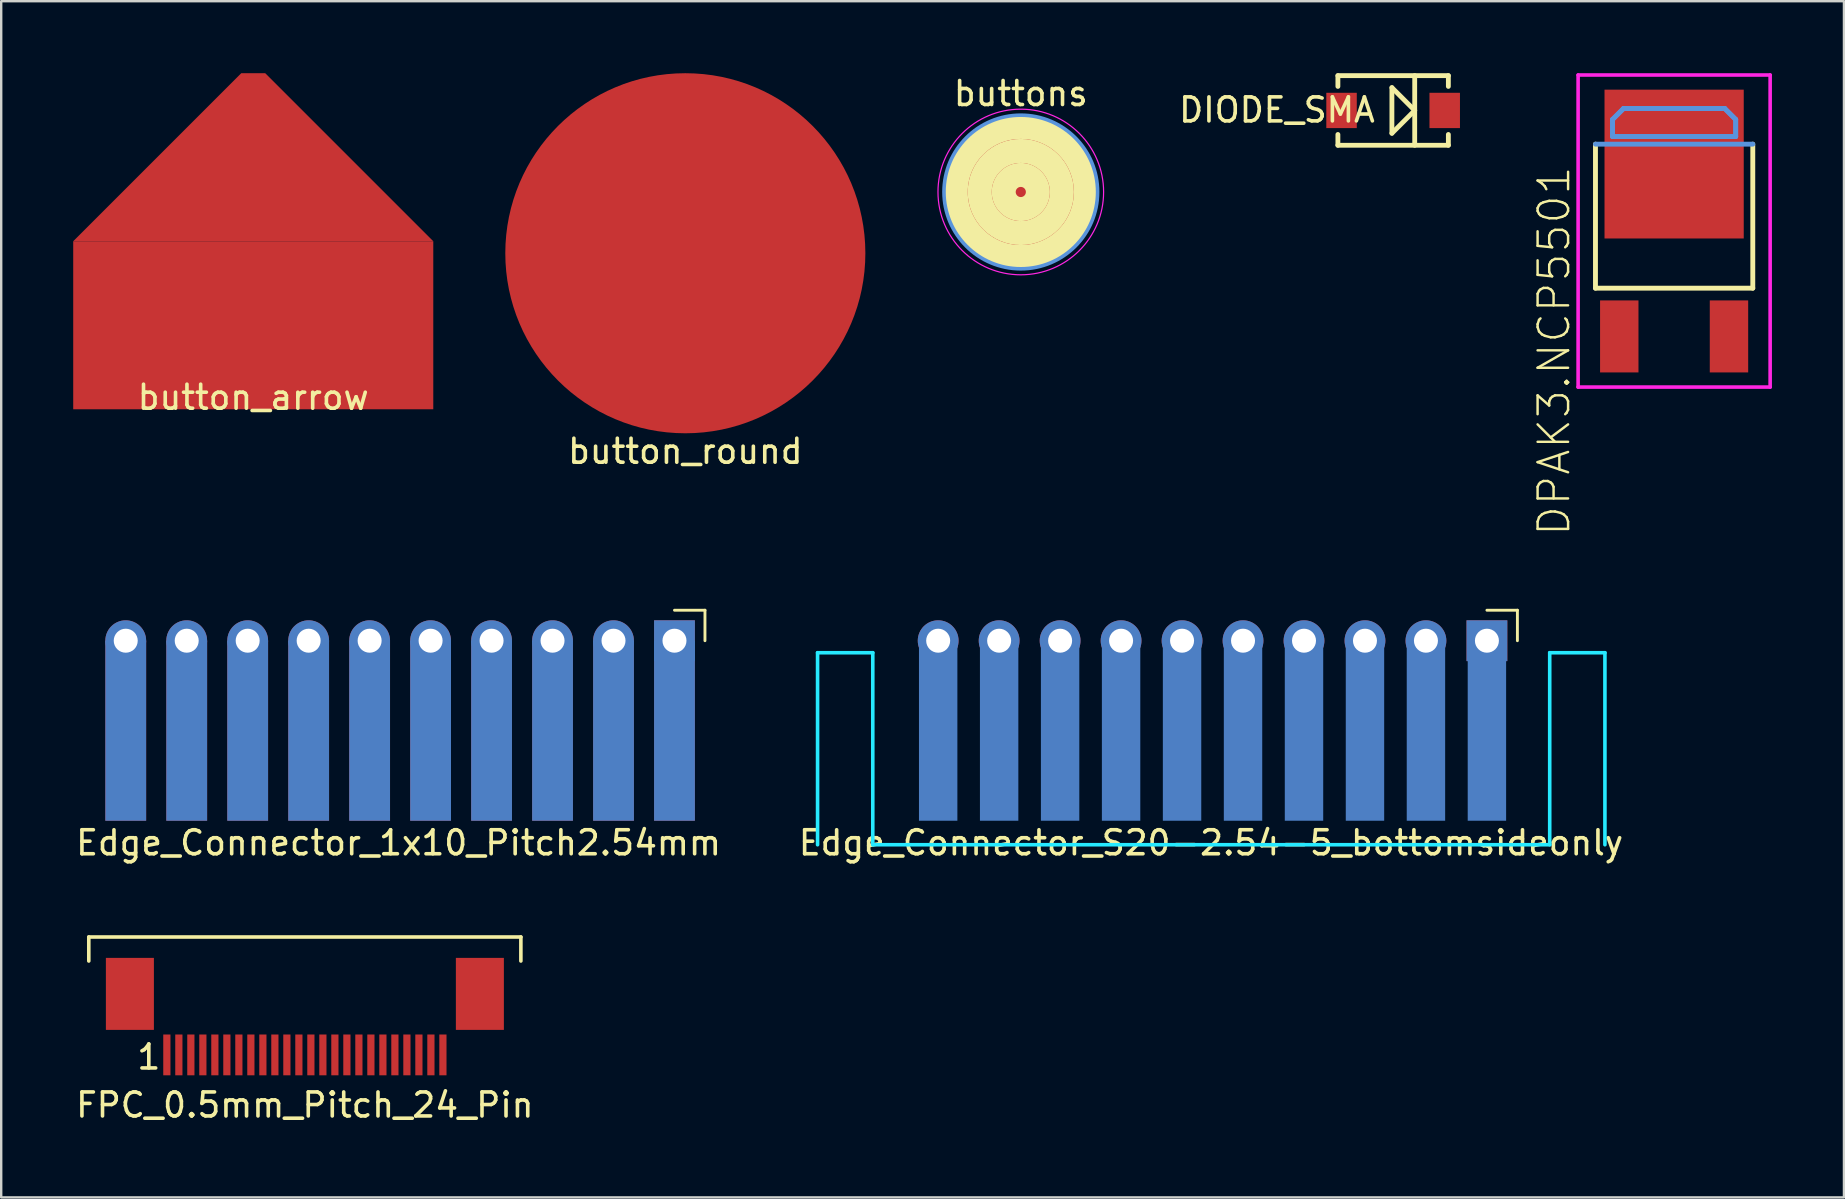
<source format=kicad_pcb>
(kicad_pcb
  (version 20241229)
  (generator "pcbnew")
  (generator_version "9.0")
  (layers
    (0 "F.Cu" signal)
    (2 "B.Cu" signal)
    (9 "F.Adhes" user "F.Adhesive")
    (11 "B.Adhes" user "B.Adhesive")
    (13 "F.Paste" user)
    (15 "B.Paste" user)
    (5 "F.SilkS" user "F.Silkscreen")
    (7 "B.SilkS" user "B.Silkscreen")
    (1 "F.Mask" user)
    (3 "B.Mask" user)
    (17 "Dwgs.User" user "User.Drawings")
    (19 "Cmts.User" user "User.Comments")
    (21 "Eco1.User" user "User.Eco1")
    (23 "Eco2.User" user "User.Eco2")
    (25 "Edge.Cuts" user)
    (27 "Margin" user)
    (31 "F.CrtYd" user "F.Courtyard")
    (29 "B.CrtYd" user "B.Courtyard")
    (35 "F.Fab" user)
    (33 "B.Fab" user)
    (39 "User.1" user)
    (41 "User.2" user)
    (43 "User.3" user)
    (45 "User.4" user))
  (footprint "button_round"
    (layer "F.Cu")
    (at 25.5 7.5)
    (property "Reference" "button_round" (at 0 8.25 0) (layer "F.SilkS") (effects (font (size 1 1) (thickness 0.15))))
    (attr through_hole)
    (pad "1" smd circle (at 0 0) (size 15 15) (layers "F.Cu" "F.Mask" "F.Paste")))
  (footprint "button_arrow"
    (layer "F.Cu")
    (at 7.5 7)
    (property "Reference" "button_arrow" (at 0 6.5 0) (layer "F.SilkS") (effects (font (size 1 1) (thickness 0.15))))
    (attr through_hole)
    (pad "1" smd trapezoid (at 0 -3.5) (size 8 7) (rect_delta 0 7) (layers "F.Cu" "F.Mask" "F.Paste"))
    (pad "1" smd rect (at 0 3.5) (size 15 7) (layers "F.Cu" "F.Mask" "F.Paste")))
  (footprint "DIODE_SMA"
    (layer "F.Cu")
    (at 54.986 1.551)
    (property "Reference" "DIODE_SMA" (at -4.84 -0.02 0) (layer "F.SilkS") (effects (font (size 1 1) (thickness 0.15))))
    (attr smd)
    (fp_line (start -2.301 -1.45) (end -2.301 -1.001) (stroke (width 0.201) (type solid)) (layer "F.SilkS"))
    (fp_line (start -2.301 -1.45) (end 2.301 -1.45) (stroke (width 0.201) (type solid)) (layer "F.SilkS"))
    (fp_line (start -2.301 1.45) (end -2.301 1.001) (stroke (width 0.201) (type solid)) (layer "F.SilkS"))
    (fp_line (start -2.301 1.45) (end 2.301 1.45) (stroke (width 0.201) (type solid)) (layer "F.SilkS"))
    (fp_line (start -0.051 0.95) (end -0.051 -0.95) (stroke (width 0.201) (type solid)) (layer "F.SilkS"))
    (fp_line (start 0.899 -1.45) (end 0.899 1.45) (stroke (width 0.201) (type solid)) (layer "F.SilkS"))
    (fp_line (start 0.899 0) (end -0.051 -0.95) (stroke (width 0.201) (type solid)) (layer "F.SilkS"))
    (fp_line (start 0.899 0) (end -0.051 0.95) (stroke (width 0.201) (type solid)) (layer "F.SilkS"))
    (fp_line (start 2.301 -1.45) (end 2.301 -1.001) (stroke (width 0.201) (type solid)) (layer "F.SilkS"))
    (fp_line (start 2.301 1.45) (end 2.301 1.001) (stroke (width 0.201) (type solid)) (layer "F.SilkS"))
    (pad "A" smd rect (at -2.149 0) (size 1.27 1.471) (layers "F.Cu" "F.Mask" "F.Paste"))
    (pad "K" smd rect (at 2.149 0) (size 1.27 1.471) (layers "F.Cu" "F.Mask" "F.Paste")))
  (footprint "FPC_0.5mm_Pitch_24_Pin"
    (layer "F.Cu")
    (at 9.649 40.484)
    (property "Reference" "FPC_0.5mm_Pitch_24_Pin" (at 0 2.5 180) (layer "F.SilkS") (effects (font (size 1 1) (thickness 0.15))))
    (attr through_hole)
    (fp_line (start -9 -4.5) (end 9 -4.5) (stroke (width 0.15) (type solid)) (layer "F.SilkS"))
    (fp_line (start -9 -3.5) (end -9 -4.5) (stroke (width 0.15) (type solid)) (layer "F.SilkS"))
    (fp_line (start 9 -4.5) (end 9 -3.5) (stroke (width 0.15) (type solid)) (layer "F.SilkS"))
    (fp_text user "1" (at -6.5 0.5 0) (layer "F.SilkS") (effects (font (size 1 1) (thickness 0.15))))
    (pad "" smd rect (at -7.288 -2.13) (size 2 3) (layers "F.Cu" "F.Mask" "F.Paste"))
    (pad "" smd rect (at 7.292 -2.13) (size 2 3) (layers "F.Cu" "F.Mask" "F.Paste"))
    (pad "1" smd rect (at -5.748 0.412 90) (size 1.7 0.3) (layers "F.Cu" "F.Mask" "F.Paste"))
    (pad "2" smd rect (at -5.248 0.412 90) (size 1.7 0.3) (layers "F.Cu" "F.Mask" "F.Paste"))
    (pad "3" smd rect (at -4.748 0.412 90) (size 1.7 0.3) (layers "F.Cu" "F.Mask" "F.Paste"))
    (pad "4" smd rect (at -4.248 0.412 90) (size 1.7 0.3) (layers "F.Cu" "F.Mask" "F.Paste"))
    (pad "5" smd rect (at -3.748 0.412 90) (size 1.7 0.3) (layers "F.Cu" "F.Mask" "F.Paste"))
    (pad "6" smd rect (at -3.248 0.412 90) (size 1.7 0.3) (layers "F.Cu" "F.Mask" "F.Paste"))
    (pad "7" smd rect (at -2.748 0.412 90) (size 1.7 0.3) (layers "F.Cu" "F.Mask" "F.Paste"))
    (pad "8" smd rect (at -2.248 0.412 90) (size 1.7 0.3) (layers "F.Cu" "F.Mask" "F.Paste"))
    (pad "9" smd rect (at -1.748 0.412 90) (size 1.7 0.3) (layers "F.Cu" "F.Mask" "F.Paste"))
    (pad "10" smd rect (at -1.248 0.412 90) (size 1.7 0.3) (layers "F.Cu" "F.Mask" "F.Paste"))
    (pad "11" smd rect (at -0.748 0.412 90) (size 1.7 0.3) (layers "F.Cu" "F.Mask" "F.Paste"))
    (pad "12" smd rect (at -0.248 0.412 90) (size 1.7 0.3) (layers "F.Cu" "F.Mask" "F.Paste"))
    (pad "13" smd rect (at 0.252 0.412 90) (size 1.7 0.3) (layers "F.Cu" "F.Mask" "F.Paste"))
    (pad "14" smd rect (at 0.752 0.412 90) (size 1.7 0.3) (layers "F.Cu" "F.Mask" "F.Paste"))
    (pad "15" smd rect (at 1.252 0.412 90) (size 1.7 0.3) (layers "F.Cu" "F.Mask" "F.Paste"))
    (pad "16" smd rect (at 1.752 0.412 90) (size 1.7 0.3) (layers "F.Cu" "F.Mask" "F.Paste"))
    (pad "17" smd rect (at 2.252 0.412 90) (size 1.7 0.3) (layers "F.Cu" "F.Mask" "F.Paste"))
    (pad "18" smd rect (at 2.752 0.412 90) (size 1.7 0.3) (layers "F.Cu" "F.Mask" "F.Paste"))
    (pad "19" smd rect (at 3.252 0.412 90) (size 1.7 0.3) (layers "F.Cu" "F.Mask" "F.Paste"))
    (pad "20" smd rect (at 3.752 0.412 90) (size 1.7 0.3) (layers "F.Cu" "F.Mask" "F.Paste"))
    (pad "21" smd rect (at 4.252 0.412 90) (size 1.7 0.3) (layers "F.Cu" "F.Mask" "F.Paste"))
    (pad "22" smd rect (at 4.752 0.412 90) (size 1.7 0.3) (layers "F.Cu" "F.Mask" "F.Paste"))
    (pad "23" smd rect (at 5.252 0.412 90) (size 1.7 0.3) (layers "F.Cu" "F.Mask" "F.Paste"))
    (pad "24" smd rect (at 5.752 0.412 90) (size 1.7 0.3) (layers "F.Cu" "F.Mask" "F.Paste")))
  (footprint "Edge_Connector_1x10_Pitch2.54mm"
    (layer "F.Cu")
    (at 13.564 31.141)
    (property "Reference" "Edge_Connector_1x10_Pitch2.54mm" (at -0.01 0.92 0) (layer "F.SilkS") (effects (font (size 1 1) (thickness 0.15))))
    (attr through_hole)
    (fp_line (start 11.484 -8.77) (end 12.754 -8.77) (stroke (width 0.12) (type solid)) (layer "F.SilkS"))
    (fp_line (start 12.754 -8.77) (end 12.754 -7.5) (stroke (width 0.12) (type solid)) (layer "F.SilkS"))
    (pad "1" thru_hole rect (at 11.484 -7.5 270) (size 1.7 1.7) (drill 1) (layers "*.Cu" "*.Mask"))
    (pad "1" smd rect (at 11.484 -3.75) (size 1.7 7.5) (layers "F.Cu" "F.Mask" "F.Paste"))
    (pad "1" smd rect (at 11.484 -3.75) (size 1.7 7.5) (layers "B.Cu" "B.Mask" "B.Paste"))
    (pad "2" thru_hole oval (at 8.944 -7.5 270) (size 1.7 1.7) (drill 1) (layers "*.Cu" "*.Mask"))
    (pad "2" smd rect (at 8.944 -3.75) (size 1.7 7.5) (layers "F.Cu" "F.Mask" "F.Paste"))
    (pad "2" smd rect (at 8.944 -3.75) (size 1.7 7.5) (layers "B.Cu" "B.Mask" "B.Paste"))
    (pad "3" thru_hole oval (at 6.404 -7.5 270) (size 1.7 1.7) (drill 1) (layers "*.Cu" "*.Mask"))
    (pad "3" smd rect (at 6.404 -3.75) (size 1.7 7.5) (layers "F.Cu" "F.Mask" "F.Paste"))
    (pad "3" smd rect (at 6.404 -3.75) (size 1.7 7.5) (layers "B.Cu" "B.Mask" "B.Paste"))
    (pad "4" thru_hole oval (at 3.864 -7.5 270) (size 1.7 1.7) (drill 1) (layers "*.Cu" "*.Mask"))
    (pad "4" smd rect (at 3.864 -3.75) (size 1.7 7.5) (layers "F.Cu" "F.Mask" "F.Paste"))
    (pad "4" smd rect (at 3.864 -3.75) (size 1.7 7.5) (layers "B.Cu" "B.Mask" "B.Paste"))
    (pad "5" thru_hole oval (at 1.324 -7.5 270) (size 1.7 1.7) (drill 1) (layers "*.Cu" "*.Mask"))
    (pad "5" smd rect (at 1.324 -3.75) (size 1.7 7.5) (layers "F.Cu" "F.Mask" "F.Paste"))
    (pad "5" smd rect (at 1.324 -3.75) (size 1.7 7.5) (layers "B.Cu" "B.Mask" "B.Paste"))
    (pad "6" thru_hole oval (at -1.216 -7.5 270) (size 1.7 1.7) (drill 1) (layers "*.Cu" "*.Mask"))
    (pad "6" smd rect (at -1.216 -3.75) (size 1.7 7.5) (layers "F.Cu" "F.Mask" "F.Paste"))
    (pad "6" smd rect (at -1.216 -3.75) (size 1.7 7.5) (layers "B.Cu" "B.Mask" "B.Paste"))
    (pad "7" thru_hole oval (at -3.756 -7.5 270) (size 1.7 1.7) (drill 1) (layers "*.Cu" "*.Mask"))
    (pad "7" smd rect (at -3.756 -3.75) (size 1.7 7.5) (layers "F.Cu" "F.Mask" "F.Paste"))
    (pad "7" smd rect (at -3.756 -3.75) (size 1.7 7.5) (layers "B.Cu" "B.Mask" "B.Paste"))
    (pad "8" thru_hole oval (at -6.296 -7.5 270) (size 1.7 1.7) (drill 1) (layers "*.Cu" "*.Mask"))
    (pad "8" smd rect (at -6.296 -3.75) (size 1.7 7.5) (layers "F.Cu" "F.Mask" "F.Paste"))
    (pad "8" smd rect (at -6.296 -3.75) (size 1.7 7.5) (layers "B.Cu" "B.Mask" "B.Paste"))
    (pad "9" thru_hole oval (at -8.836 -7.5 270) (size 1.7 1.7) (drill 1) (layers "*.Cu" "*.Mask"))
    (pad "9" smd rect (at -8.836 -3.75) (size 1.7 7.5) (layers "F.Cu" "F.Mask" "F.Paste"))
    (pad "9" smd rect (at -8.836 -3.75) (size 1.7 7.5) (layers "B.Cu" "B.Mask" "B.Paste"))
    (pad "10" thru_hole oval (at -11.376 -7.5 270) (size 1.7 1.7) (drill 1) (layers "*.Cu" "*.Mask"))
    (pad "10" smd rect (at -11.376 -3.75) (size 1.7 7.5) (layers "F.Cu" "F.Mask" "F.Paste"))
    (pad "10" smd rect (at -11.376 -3.75) (size 1.7 7.5) (layers "B.Cu" "B.Mask" "B.Paste")))
  (footprint "Edge_Connector_S20-2.54-5_bottomsideonly"
    (layer "F.Cu")
    (at 47.409 31.141)
    (property "Reference" "Edge_Connector_S20-2.54-5_bottomsideonly" (at -0.01 0.92 0) (layer "F.SilkS") (effects (font (size 1 1) (thickness 0.15))))
    (attr through_hole)
    (fp_line (start 11.484 -8.77) (end 12.754 -8.77) (stroke (width 0.12) (type solid)) (layer "F.SilkS"))
    (fp_line (start 12.754 -8.77) (end 12.754 -7.5) (stroke (width 0.12) (type solid)) (layer "F.SilkS"))
    (fp_line (start -16.4 -7) (end -16.4 1) (stroke (width 0.15) (type solid)) (layer "B.CrtYd"))
    (fp_line (start -14.1 -7) (end -16.4 -7) (stroke (width 0.15) (type solid)) (layer "B.CrtYd"))
    (fp_line (start -14.1 -7) (end -14.1 1) (stroke (width 0.15) (type solid)) (layer "B.CrtYd"))
    (fp_line (start -14.1 1) (end 14.1 1) (stroke (width 0.15) (type solid)) (layer "B.CrtYd"))
    (fp_line (start 14.1 -7) (end 14.1 1) (stroke (width 0.15) (type solid)) (layer "B.CrtYd"))
    (fp_line (start 14.1 -7) (end 16.4 -7) (stroke (width 0.15) (type solid)) (layer "B.CrtYd"))
    (fp_line (start 16.4 -7) (end 16.4 1) (stroke (width 0.15) (type solid)) (layer "B.CrtYd"))
    (pad "1" thru_hole rect (at 11.484 -7.5 270) (size 1.7 1.7) (drill 1) (layers "*.Cu" "*.Mask"))
    (pad "1" smd rect (at 11.484 -3.75) (size 1.6 7.5) (layers "B.Cu" "B.Mask" "B.Paste"))
    (pad "2" thru_hole oval (at 8.944 -7.5 270) (size 1.7 1.7) (drill 1) (layers "*.Cu" "*.Mask"))
    (pad "2" smd rect (at 8.944 -3.75) (size 1.6 7.5) (layers "B.Cu" "B.Mask" "B.Paste"))
    (pad "3" thru_hole oval (at 6.404 -7.5 270) (size 1.7 1.7) (drill 1) (layers "*.Cu" "*.Mask"))
    (pad "3" smd rect (at 6.404 -3.75) (size 1.6 7.5) (layers "B.Cu" "B.Mask" "B.Paste"))
    (pad "4" thru_hole oval (at 3.864 -7.5 270) (size 1.7 1.7) (drill 1) (layers "*.Cu" "*.Mask"))
    (pad "4" smd rect (at 3.864 -3.75) (size 1.6 7.5) (layers "B.Cu" "B.Mask" "B.Paste"))
    (pad "5" thru_hole oval (at 1.324 -7.5 270) (size 1.7 1.7) (drill 1) (layers "*.Cu" "*.Mask"))
    (pad "5" smd rect (at 1.324 -3.75) (size 1.6 7.5) (layers "B.Cu" "B.Mask" "B.Paste"))
    (pad "6" thru_hole oval (at -1.216 -7.5 270) (size 1.7 1.7) (drill 1) (layers "*.Cu" "*.Mask"))
    (pad "6" smd rect (at -1.216 -3.75) (size 1.6 7.5) (layers "B.Cu" "B.Mask" "B.Paste"))
    (pad "7" thru_hole oval (at -3.756 -7.5 270) (size 1.7 1.7) (drill 1) (layers "*.Cu" "*.Mask"))
    (pad "7" smd rect (at -3.756 -3.75) (size 1.6 7.5) (layers "B.Cu" "B.Mask" "B.Paste"))
    (pad "8" thru_hole oval (at -6.296 -7.5 270) (size 1.7 1.7) (drill 1) (layers "*.Cu" "*.Mask"))
    (pad "8" smd rect (at -6.296 -3.75) (size 1.6 7.5) (layers "B.Cu" "B.Mask" "B.Paste"))
    (pad "9" thru_hole oval (at -8.836 -7.5 270) (size 1.7 1.7) (drill 1) (layers "*.Cu" "*.Mask"))
    (pad "9" smd rect (at -8.836 -3.75) (size 1.6 7.5) (layers "B.Cu" "B.Mask" "B.Paste"))
    (pad "10" thru_hole oval (at -11.376 -7.5 270) (size 1.7 1.7) (drill 1) (layers "*.Cu" "*.Mask"))
    (pad "10" smd rect (at -11.376 -3.75) (size 1.6 7.5) (layers "B.Cu" "B.Mask" "B.Paste")))
  (footprint "buttons"
    (layer "F.Cu")
    (at 39.475 4.948)
    (property "Reference" "buttons" (at 0 -4.1 0) (layer "F.SilkS") (effects (font (size 1 1) (thickness 0.15))))
    (attr through_hole)
    (fp_circle (center 0 0) (end 0.71 0.04) (stroke (width 1) (type solid)) (fill no) (layer "F.SilkS"))
    (fp_circle (center 0 0) (end 1.71 0.04) (stroke (width 1) (type solid)) (fill no) (layer "F.SilkS"))
    (fp_circle (center 0 0) (end 2.71 -0.01) (stroke (width 1) (type solid)) (fill no) (layer "F.SilkS"))
    (fp_circle (center 0 0) (end 3.2 0) (stroke (width 0.15) (type solid)) (fill no) (layer "Cmts.User"))
    (fp_circle (center 0 0) (end 3.45 0) (stroke (width 0.05) (type solid)) (fill no) (layer "F.CrtYd"))
    (pad "1" smd circle (at 0 0) (size 6.4 6.4) (layers "F.Cu")))
  (footprint "DPAK3.NCP5501"
    (layer "F.Cu")
    (at 66.692 6.575)
    (property "Reference" "DPAK3.NCP5501" (at -5 5 270) (layer "F.SilkS") (effects (font (size 1.27 1.27) (thickness 0.102))))
    (attr through_hole)
    (fp_line (start -3.277 2.38) (end -3.277 -3.62) (stroke (width 0.203) (type solid)) (layer "F.SilkS"))
    (fp_line (start 3.277 -3.62) (end 3.277 2.38) (stroke (width 0.203) (type solid)) (layer "F.SilkS"))
    (fp_line (start 3.277 2.38) (end -3.277 2.38) (stroke (width 0.203) (type solid)) (layer "F.SilkS"))
    (fp_line (start -3.277 -3.62) (end 3.277 -3.62) (stroke (width 0.203) (type solid)) (layer "Cmts.User"))
    (fp_line (start -2.565 -4.648) (end -2.108 -5.105) (stroke (width 0.198) (type solid)) (layer "Cmts.User"))
    (fp_line (start -2.565 -4.648) (end -2.108 -5.105) (stroke (width 0.203) (type solid)) (layer "Cmts.User"))
    (fp_line (start -2.565 -3.937) (end -2.565 -4.648) (stroke (width 0.198) (type solid)) (layer "Cmts.User"))
    (fp_line (start -2.565 -3.937) (end -2.565 -4.648) (stroke (width 0.203) (type solid)) (layer "Cmts.User"))
    (fp_line (start -2.108 -5.105) (end 2.108 -5.105) (stroke (width 0.198) (type solid)) (layer "Cmts.User"))
    (fp_line (start -2.108 -5.105) (end 2.108 -5.105) (stroke (width 0.203) (type solid)) (layer "Cmts.User"))
    (fp_line (start 2.108 -5.105) (end 2.565 -4.648) (stroke (width 0.198) (type solid)) (layer "Cmts.User"))
    (fp_line (start 2.108 -5.105) (end 2.565 -4.648) (stroke (width 0.203) (type solid)) (layer "Cmts.User"))
    (fp_line (start 2.565 -4.648) (end 2.565 -3.937) (stroke (width 0.198) (type solid)) (layer "Cmts.User"))
    (fp_line (start 2.565 -4.648) (end 2.565 -3.937) (stroke (width 0.203) (type solid)) (layer "Cmts.User"))
    (fp_line (start 2.565 -3.937) (end -2.565 -3.937) (stroke (width 0.198) (type solid)) (layer "Cmts.User"))
    (fp_line (start 2.565 -3.937) (end -2.565 -3.937) (stroke (width 0.203) (type solid)) (layer "Cmts.User"))
    (fp_line (start -4 -6.5) (end -4 6.5) (stroke (width 0.15) (type solid)) (layer "F.CrtYd"))
    (fp_line (start -4 6.5) (end 4 6.5) (stroke (width 0.15) (type solid)) (layer "F.CrtYd"))
    (fp_line (start 4 -6.5) (end -4 -6.5) (stroke (width 0.15) (type solid)) (layer "F.CrtYd"))
    (fp_line (start 4 6.5) (end 4 -6.5) (stroke (width 0.15) (type solid)) (layer "F.CrtYd"))
    (pad "1" smd rect (at -2.285 4.39) (size 1.6 3) (layers "F.Cu" "F.Mask" "F.Paste"))
    (pad "2" smd rect (at 0 -2.79) (size 5.8 6.2) (layers "F.Cu" "F.Mask" "F.Paste"))
    (pad "3" smd rect (at 2.285 4.39) (size 1.6 3) (layers "F.Cu" "F.Mask" "F.Paste")))
  (gr_rect
    (start -3 -3)
    (end 73.767 46.833)
    (stroke (width 0.1) (type default))
    (fill no)
    (layer "Edge.Cuts")))
</source>
